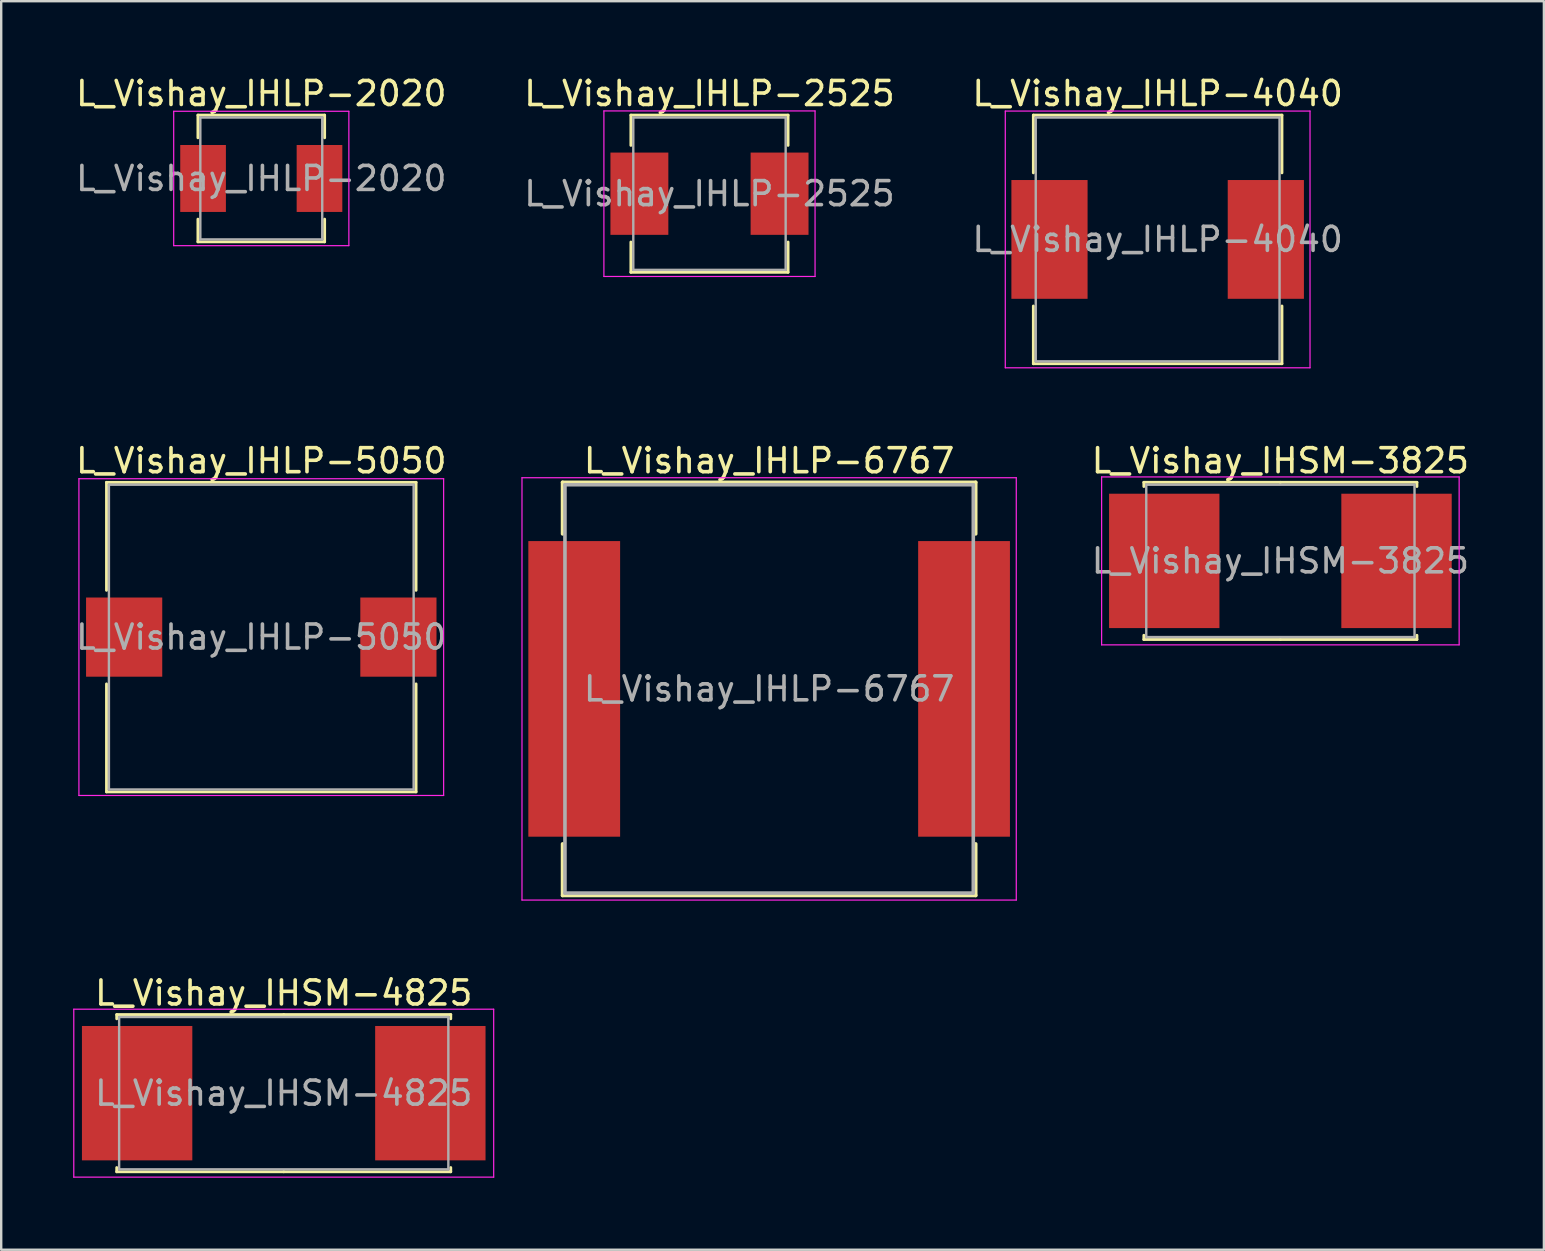
<source format=kicad_pcb>
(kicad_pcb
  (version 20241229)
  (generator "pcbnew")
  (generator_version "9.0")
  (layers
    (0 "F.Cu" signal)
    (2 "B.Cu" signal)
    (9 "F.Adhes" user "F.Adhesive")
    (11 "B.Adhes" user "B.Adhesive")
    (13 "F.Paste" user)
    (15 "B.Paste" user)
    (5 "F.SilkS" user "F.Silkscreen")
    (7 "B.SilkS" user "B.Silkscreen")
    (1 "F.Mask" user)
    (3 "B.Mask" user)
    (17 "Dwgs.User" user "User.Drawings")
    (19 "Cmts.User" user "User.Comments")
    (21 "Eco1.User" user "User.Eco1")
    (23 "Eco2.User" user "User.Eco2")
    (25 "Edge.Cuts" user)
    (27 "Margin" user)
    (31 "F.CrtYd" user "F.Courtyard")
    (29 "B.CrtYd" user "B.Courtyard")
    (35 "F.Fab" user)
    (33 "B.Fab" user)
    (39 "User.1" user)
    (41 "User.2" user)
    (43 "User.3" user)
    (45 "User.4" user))
  (footprint "L_Vishay_IHSM-3825"
    (layer "F.Cu")
    (at 50.311 20.326)
    (property "Reference" "L_Vishay_IHSM-3825" (at 0 -4.175 0) (layer "F.SilkS") (effects (font (size 1 1) (thickness 0.15))))
    (attr smd)
    (fp_line (start -5.69 -3.275) (end 0 -3.275) (stroke (width 0.12) (type solid)) (layer "F.SilkS"))
    (fp_line (start -5.69 -3.1) (end -5.69 -3.275) (stroke (width 0.12) (type solid)) (layer "F.SilkS"))
    (fp_line (start -5.69 3.1) (end -5.69 3.275) (stroke (width 0.12) (type solid)) (layer "F.SilkS"))
    (fp_line (start -5.69 3.275) (end 0 3.275) (stroke (width 0.12) (type solid)) (layer "F.SilkS"))
    (fp_line (start 5.69 -3.275) (end 0 -3.275) (stroke (width 0.12) (type solid)) (layer "F.SilkS"))
    (fp_line (start 5.69 -3.1) (end 5.69 -3.275) (stroke (width 0.12) (type solid)) (layer "F.SilkS"))
    (fp_line (start 5.69 3.1) (end 5.69 3.275) (stroke (width 0.12) (type solid)) (layer "F.SilkS"))
    (fp_line (start 5.69 3.275) (end 0 3.275) (stroke (width 0.12) (type solid)) (layer "F.SilkS"))
    (fp_line (start -7.45 -3.5) (end -7.45 3.5) (stroke (width 0.05) (type solid)) (layer "F.CrtYd"))
    (fp_line (start -7.45 3.5) (end 7.45 3.5) (stroke (width 0.05) (type solid)) (layer "F.CrtYd"))
    (fp_line (start 7.45 -3.5) (end -7.45 -3.5) (stroke (width 0.05) (type solid)) (layer "F.CrtYd"))
    (fp_line (start 7.45 3.5) (end 7.45 -3.5) (stroke (width 0.05) (type solid)) (layer "F.CrtYd"))
    (fp_line (start -5.59 -3.175) (end -5.59 3.175) (stroke (width 0.1) (type solid)) (layer "F.Fab"))
    (fp_line (start -5.59 3.175) (end 5.59 3.175) (stroke (width 0.1) (type solid)) (layer "F.Fab"))
    (fp_line (start 5.59 -3.175) (end -5.59 -3.175) (stroke (width 0.1) (type solid)) (layer "F.Fab"))
    (fp_line (start 5.59 3.175) (end 5.59 -3.175) (stroke (width 0.1) (type solid)) (layer "F.Fab"))
    (fp_text user "${REFERENCE}" (at 0 0 0) (layer "F.Fab") (effects (font (size 1 1) (thickness 0.15))))
    (pad "1" smd rect (at -4.84 0) (size 4.6 5.6) (layers "F.Cu" "F.Mask" "F.Paste"))
    (pad "2" smd rect (at 4.84 0) (size 4.6 5.6) (layers "F.Cu" "F.Mask" "F.Paste")))
  (footprint "L_Vishay_IHLP-2020"
    (layer "F.Cu")
    (at 7.839 4.388)
    (property "Reference" "L_Vishay_IHLP-2020" (at 0 -3.54 0) (layer "F.SilkS") (effects (font (size 1 1) (thickness 0.15))))
    (attr smd)
    (fp_line (start -2.64 -2.64) (end 2.64 -2.64) (stroke (width 0.12) (type solid)) (layer "F.SilkS"))
    (fp_line (start -2.64 -1.695) (end -2.64 -2.64) (stroke (width 0.12) (type solid)) (layer "F.SilkS"))
    (fp_line (start -2.64 1.695) (end -2.64 2.64) (stroke (width 0.12) (type solid)) (layer "F.SilkS"))
    (fp_line (start -2.64 2.64) (end 2.64 2.64) (stroke (width 0.12) (type solid)) (layer "F.SilkS"))
    (fp_line (start 2.64 -2.64) (end 2.64 -1.695) (stroke (width 0.12) (type solid)) (layer "F.SilkS"))
    (fp_line (start 2.64 2.64) (end 2.64 1.695) (stroke (width 0.12) (type solid)) (layer "F.SilkS"))
    (fp_line (start -3.65 -2.8) (end -3.65 2.8) (stroke (width 0.05) (type solid)) (layer "F.CrtYd"))
    (fp_line (start -3.65 2.8) (end 3.65 2.8) (stroke (width 0.05) (type solid)) (layer "F.CrtYd"))
    (fp_line (start 3.65 -2.8) (end -3.65 -2.8) (stroke (width 0.05) (type solid)) (layer "F.CrtYd"))
    (fp_line (start 3.65 2.8) (end 3.65 -2.8) (stroke (width 0.05) (type solid)) (layer "F.CrtYd"))
    (fp_line (start -2.54 -2.54) (end -2.54 2.54) (stroke (width 0.1) (type solid)) (layer "F.Fab"))
    (fp_line (start -2.54 2.54) (end 2.54 2.54) (stroke (width 0.1) (type solid)) (layer "F.Fab"))
    (fp_line (start 2.54 -2.54) (end -2.54 -2.54) (stroke (width 0.1) (type solid)) (layer "F.Fab"))
    (fp_line (start 2.54 2.54) (end 2.54 -2.54) (stroke (width 0.1) (type solid)) (layer "F.Fab"))
    (fp_text user "${REFERENCE}" (at 0 0 0) (layer "F.Fab") (effects (font (size 1 1) (thickness 0.15))))
    (pad "1" smd rect (at -2.426 0) (size 1.903 2.79) (layers "F.Cu" "F.Mask" "F.Paste"))
    (pad "2" smd rect (at 2.426 0) (size 1.903 2.79) (layers "F.Cu" "F.Mask" "F.Paste")))
  (footprint "L_Vishay_IHLP-4040"
    (layer "F.Cu")
    (at 45.196 6.928)
    (property "Reference" "L_Vishay_IHLP-4040" (at 0 -6.08 0) (layer "F.SilkS") (effects (font (size 1 1) (thickness 0.15))))
    (attr smd)
    (fp_line (start -5.18 -5.18) (end 5.18 -5.18) (stroke (width 0.12) (type solid)) (layer "F.SilkS"))
    (fp_line (start -5.18 -2.775) (end -5.18 -5.18) (stroke (width 0.12) (type solid)) (layer "F.SilkS"))
    (fp_line (start -5.18 2.775) (end -5.18 5.18) (stroke (width 0.12) (type solid)) (layer "F.SilkS"))
    (fp_line (start -5.18 5.18) (end 5.18 5.18) (stroke (width 0.12) (type solid)) (layer "F.SilkS"))
    (fp_line (start 5.18 -5.18) (end 5.18 -2.775) (stroke (width 0.12) (type solid)) (layer "F.SilkS"))
    (fp_line (start 5.18 5.18) (end 5.18 2.775) (stroke (width 0.12) (type solid)) (layer "F.SilkS"))
    (fp_line (start -6.35 -5.35) (end -6.35 5.35) (stroke (width 0.05) (type solid)) (layer "F.CrtYd"))
    (fp_line (start -6.35 5.35) (end 6.35 5.35) (stroke (width 0.05) (type solid)) (layer "F.CrtYd"))
    (fp_line (start 6.35 -5.35) (end -6.35 -5.35) (stroke (width 0.05) (type solid)) (layer "F.CrtYd"))
    (fp_line (start 6.35 5.35) (end 6.35 -5.35) (stroke (width 0.05) (type solid)) (layer "F.CrtYd"))
    (fp_line (start -5.08 -5.08) (end -5.08 5.08) (stroke (width 0.1) (type solid)) (layer "F.Fab"))
    (fp_line (start -5.08 5.08) (end 5.08 5.08) (stroke (width 0.1) (type solid)) (layer "F.Fab"))
    (fp_line (start 5.08 -5.08) (end -5.08 -5.08) (stroke (width 0.1) (type solid)) (layer "F.Fab"))
    (fp_line (start 5.08 5.08) (end 5.08 -5.08) (stroke (width 0.1) (type solid)) (layer "F.Fab"))
    (fp_text user "${REFERENCE}" (at 0 0 0) (layer "F.Fab") (effects (font (size 1 1) (thickness 0.15))))
    (pad "1" smd rect (at -4.508 0) (size 3.175 4.95) (layers "F.Cu" "F.Mask" "F.Paste"))
    (pad "2" smd rect (at 4.508 0) (size 3.175 4.95) (layers "F.Cu" "F.Mask" "F.Paste")))
  (footprint "L_Vishay_IHSM-4825"
    (layer "F.Cu")
    (at 8.775 42.509)
    (property "Reference" "L_Vishay_IHSM-4825" (at 0 -4.175 0) (layer "F.SilkS") (effects (font (size 1 1) (thickness 0.15))))
    (attr smd)
    (fp_line (start -6.96 -3.275) (end 0 -3.275) (stroke (width 0.12) (type solid)) (layer "F.SilkS"))
    (fp_line (start -6.96 -3.1) (end -6.96 -3.275) (stroke (width 0.12) (type solid)) (layer "F.SilkS"))
    (fp_line (start -6.96 3.1) (end -6.96 3.275) (stroke (width 0.12) (type solid)) (layer "F.SilkS"))
    (fp_line (start -6.96 3.275) (end 0 3.275) (stroke (width 0.12) (type solid)) (layer "F.SilkS"))
    (fp_line (start 6.96 -3.275) (end 0 -3.275) (stroke (width 0.12) (type solid)) (layer "F.SilkS"))
    (fp_line (start 6.96 -3.1) (end 6.96 -3.275) (stroke (width 0.12) (type solid)) (layer "F.SilkS"))
    (fp_line (start 6.96 3.1) (end 6.96 3.275) (stroke (width 0.12) (type solid)) (layer "F.SilkS"))
    (fp_line (start 6.96 3.275) (end 0 3.275) (stroke (width 0.12) (type solid)) (layer "F.SilkS"))
    (fp_line (start -8.75 -3.5) (end -8.75 3.5) (stroke (width 0.05) (type solid)) (layer "F.CrtYd"))
    (fp_line (start -8.75 3.5) (end 8.75 3.5) (stroke (width 0.05) (type solid)) (layer "F.CrtYd"))
    (fp_line (start 8.75 -3.5) (end -8.75 -3.5) (stroke (width 0.05) (type solid)) (layer "F.CrtYd"))
    (fp_line (start 8.75 3.5) (end 8.75 -3.5) (stroke (width 0.05) (type solid)) (layer "F.CrtYd"))
    (fp_line (start -6.86 -3.175) (end -6.86 3.175) (stroke (width 0.1) (type solid)) (layer "F.Fab"))
    (fp_line (start -6.86 3.175) (end 6.86 3.175) (stroke (width 0.1) (type solid)) (layer "F.Fab"))
    (fp_line (start 6.86 -3.175) (end -6.86 -3.175) (stroke (width 0.1) (type solid)) (layer "F.Fab"))
    (fp_line (start 6.86 3.175) (end 6.86 -3.175) (stroke (width 0.1) (type solid)) (layer "F.Fab"))
    (fp_text user "${REFERENCE}" (at 0 0 0) (layer "F.Fab") (effects (font (size 1 1) (thickness 0.15))))
    (pad "1" smd rect (at -6.11 0) (size 4.6 5.6) (layers "F.Cu" "F.Mask" "F.Paste"))
    (pad "2" smd rect (at 6.11 0) (size 4.6 5.6) (layers "F.Cu" "F.Mask" "F.Paste")))
  (footprint "L_Vishay_IHLP-2525"
    (layer "F.Cu")
    (at 26.518 5.023)
    (property "Reference" "L_Vishay_IHLP-2525" (at 0 -4.175 0) (layer "F.SilkS") (effects (font (size 1 1) (thickness 0.15))))
    (attr smd)
    (fp_line (start -3.275 -3.275) (end 3.275 -3.275) (stroke (width 0.12) (type solid)) (layer "F.SilkS"))
    (fp_line (start -3.275 -2.014) (end -3.275 -3.275) (stroke (width 0.12) (type solid)) (layer "F.SilkS"))
    (fp_line (start -3.275 2.014) (end -3.275 3.275) (stroke (width 0.12) (type solid)) (layer "F.SilkS"))
    (fp_line (start -3.275 3.275) (end 3.275 3.275) (stroke (width 0.12) (type solid)) (layer "F.SilkS"))
    (fp_line (start 3.275 -3.275) (end 3.275 -2.014) (stroke (width 0.12) (type solid)) (layer "F.SilkS"))
    (fp_line (start 3.275 3.275) (end 3.275 2.014) (stroke (width 0.12) (type solid)) (layer "F.SilkS"))
    (fp_line (start -4.4 -3.45) (end -4.4 3.45) (stroke (width 0.05) (type solid)) (layer "F.CrtYd"))
    (fp_line (start -4.4 3.45) (end 4.4 3.45) (stroke (width 0.05) (type solid)) (layer "F.CrtYd"))
    (fp_line (start 4.4 -3.45) (end -4.4 -3.45) (stroke (width 0.05) (type solid)) (layer "F.CrtYd"))
    (fp_line (start 4.4 3.45) (end 4.4 -3.45) (stroke (width 0.05) (type solid)) (layer "F.CrtYd"))
    (fp_line (start -3.175 -3.175) (end -3.175 3.175) (stroke (width 0.1) (type solid)) (layer "F.Fab"))
    (fp_line (start -3.175 3.175) (end 3.175 3.175) (stroke (width 0.1) (type solid)) (layer "F.Fab"))
    (fp_line (start 3.175 -3.175) (end -3.175 -3.175) (stroke (width 0.1) (type solid)) (layer "F.Fab"))
    (fp_line (start 3.175 3.175) (end 3.175 -3.175) (stroke (width 0.1) (type solid)) (layer "F.Fab"))
    (fp_text user "${REFERENCE}" (at 0 0 0) (layer "F.Fab") (effects (font (size 1 1) (thickness 0.15))))
    (pad "1" smd rect (at -2.921 0) (size 2.413 3.429) (layers "F.Cu" "F.Mask" "F.Paste"))
    (pad "2" smd rect (at 2.921 0) (size 2.413 3.429) (layers "F.Cu" "F.Mask" "F.Paste")))
  (footprint "L_Vishay_IHLP-6767"
    (layer "F.Cu")
    (at 29.004 25.66)
    (property "Reference" "L_Vishay_IHLP-6767" (at 0 -9.509 0) (layer "F.SilkS") (effects (font (size 1 1) (thickness 0.15))))
    (attr smd)
    (fp_line (start -8.609 -8.609) (end 8.609 -8.609) (stroke (width 0.15) (type solid)) (layer "F.SilkS"))
    (fp_line (start -8.609 -6.46) (end -8.609 -8.609) (stroke (width 0.15) (type solid)) (layer "F.SilkS"))
    (fp_line (start -8.609 6.46) (end -8.609 8.609) (stroke (width 0.15) (type solid)) (layer "F.SilkS"))
    (fp_line (start -8.609 8.609) (end 8.609 8.609) (stroke (width 0.15) (type solid)) (layer "F.SilkS"))
    (fp_line (start 8.609 -8.609) (end 8.609 -6.46) (stroke (width 0.15) (type solid)) (layer "F.SilkS"))
    (fp_line (start 8.609 8.609) (end 8.609 6.46) (stroke (width 0.15) (type solid)) (layer "F.SilkS"))
    (fp_line (start -10.3 -8.8) (end -10.3 8.8) (stroke (width 0.05) (type solid)) (layer "F.CrtYd"))
    (fp_line (start -10.3 8.8) (end 10.3 8.8) (stroke (width 0.05) (type solid)) (layer "F.CrtYd"))
    (fp_line (start 10.3 -8.8) (end -10.3 -8.8) (stroke (width 0.05) (type solid)) (layer "F.CrtYd"))
    (fp_line (start 10.3 8.8) (end 10.3 -8.8) (stroke (width 0.05) (type solid)) (layer "F.CrtYd"))
    (fp_line (start -8.509 -8.509) (end -8.509 8.509) (stroke (width 0.15) (type solid)) (layer "F.Fab"))
    (fp_line (start -8.509 8.509) (end 8.509 8.509) (stroke (width 0.15) (type solid)) (layer "F.Fab"))
    (fp_line (start 8.509 -8.509) (end -8.509 -8.509) (stroke (width 0.15) (type solid)) (layer "F.Fab"))
    (fp_line (start 8.509 8.509) (end 8.509 -8.509) (stroke (width 0.15) (type solid)) (layer "F.Fab"))
    (fp_text user "${REFERENCE}" (at 0 0 0) (layer "F.Fab") (effects (font (size 1 1) (thickness 0.15))))
    (pad "1" smd rect (at -8.123 0) (size 3.825 12.32) (layers "F.Cu" "F.Mask" "F.Paste"))
    (pad "2" smd rect (at 8.123 0) (size 3.825 12.32) (layers "F.Cu" "F.Mask" "F.Paste")))
  (footprint "L_Vishay_IHLP-5050"
    (layer "F.Cu")
    (at 7.839 23.502)
    (property "Reference" "L_Vishay_IHLP-5050" (at 0 -7.35 0) (layer "F.SilkS") (effects (font (size 1 1) (thickness 0.15))))
    (attr smd)
    (fp_line (start -6.45 -6.45) (end 6.45 -6.45) (stroke (width 0.12) (type solid)) (layer "F.SilkS"))
    (fp_line (start -6.45 -1.95) (end -6.45 -6.45) (stroke (width 0.12) (type solid)) (layer "F.SilkS"))
    (fp_line (start -6.45 1.95) (end -6.45 6.45) (stroke (width 0.12) (type solid)) (layer "F.SilkS"))
    (fp_line (start -6.45 6.45) (end 6.45 6.45) (stroke (width 0.12) (type solid)) (layer "F.SilkS"))
    (fp_line (start 6.45 -6.45) (end 6.45 -1.95) (stroke (width 0.12) (type solid)) (layer "F.SilkS"))
    (fp_line (start 6.45 6.45) (end 6.45 1.95) (stroke (width 0.12) (type solid)) (layer "F.SilkS"))
    (fp_line (start -7.6 -6.6) (end -7.6 6.6) (stroke (width 0.05) (type solid)) (layer "F.CrtYd"))
    (fp_line (start -7.6 6.6) (end 7.6 6.6) (stroke (width 0.05) (type solid)) (layer "F.CrtYd"))
    (fp_line (start 7.6 -6.6) (end -7.6 -6.6) (stroke (width 0.05) (type solid)) (layer "F.CrtYd"))
    (fp_line (start 7.6 6.6) (end 7.6 -6.6) (stroke (width 0.05) (type solid)) (layer "F.CrtYd"))
    (fp_line (start -6.35 -6.35) (end -6.35 6.35) (stroke (width 0.1) (type solid)) (layer "F.Fab"))
    (fp_line (start -6.35 6.35) (end 6.35 6.35) (stroke (width 0.1) (type solid)) (layer "F.Fab"))
    (fp_line (start 6.35 -6.35) (end -6.35 -6.35) (stroke (width 0.1) (type solid)) (layer "F.Fab"))
    (fp_line (start 6.35 6.35) (end 6.35 -6.35) (stroke (width 0.1) (type solid)) (layer "F.Fab"))
    (fp_text user "${REFERENCE}" (at 0 0 0) (layer "F.Fab") (effects (font (size 1 1) (thickness 0.15))))
    (pad "1" smd rect (at -5.715 0) (size 3.175 3.3) (layers "F.Cu" "F.Mask" "F.Paste"))
    (pad "2" smd rect (at 5.715 0) (size 3.175 3.3) (layers "F.Cu" "F.Mask" "F.Paste")))
  (gr_rect
    (start -3 -3)
    (end 61.293 49.034)
    (stroke (width 0.1) (type default))
    (fill no)
    (layer "Edge.Cuts")))
</source>
